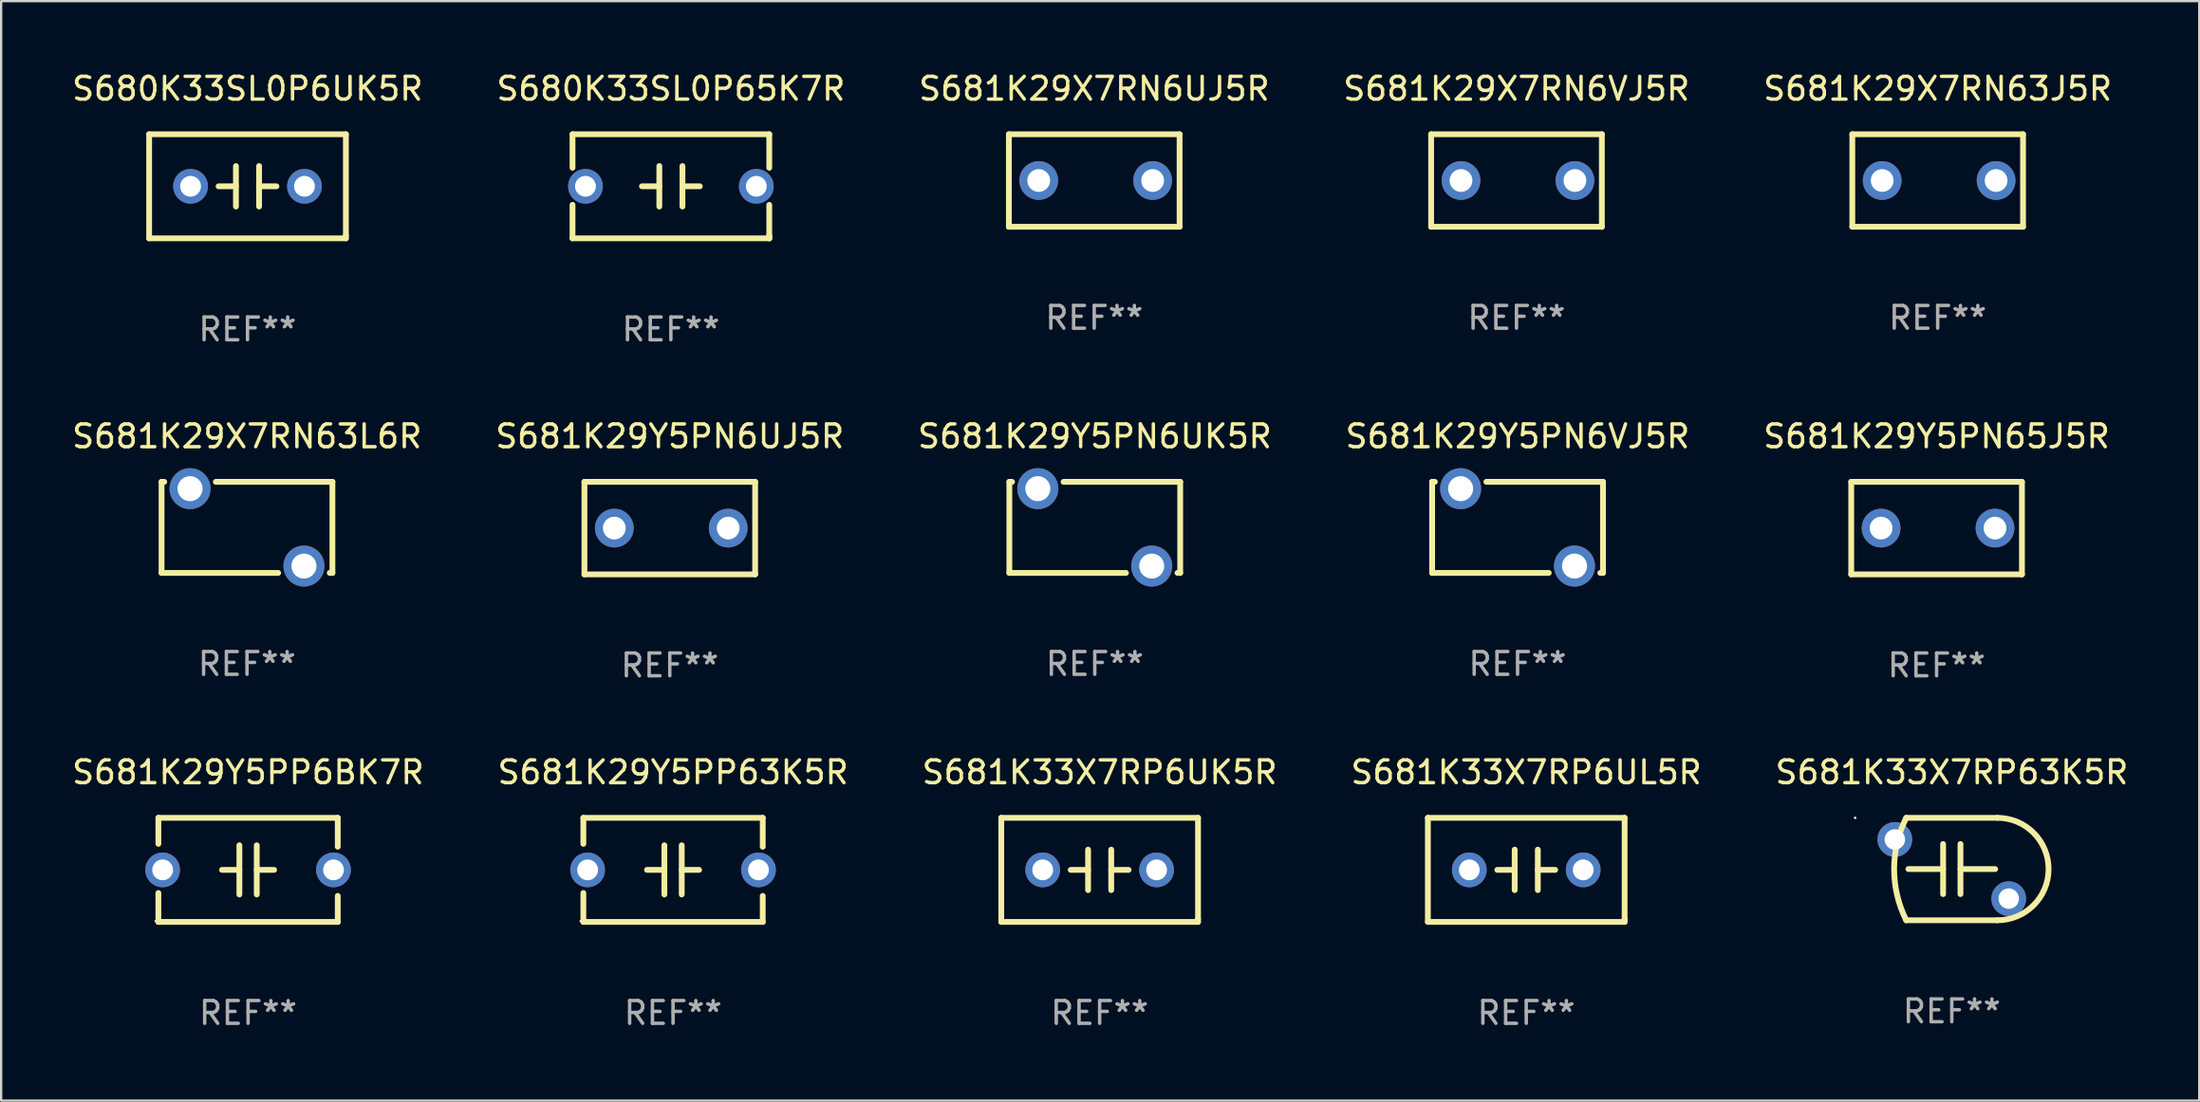
<source format=kicad_pcb>
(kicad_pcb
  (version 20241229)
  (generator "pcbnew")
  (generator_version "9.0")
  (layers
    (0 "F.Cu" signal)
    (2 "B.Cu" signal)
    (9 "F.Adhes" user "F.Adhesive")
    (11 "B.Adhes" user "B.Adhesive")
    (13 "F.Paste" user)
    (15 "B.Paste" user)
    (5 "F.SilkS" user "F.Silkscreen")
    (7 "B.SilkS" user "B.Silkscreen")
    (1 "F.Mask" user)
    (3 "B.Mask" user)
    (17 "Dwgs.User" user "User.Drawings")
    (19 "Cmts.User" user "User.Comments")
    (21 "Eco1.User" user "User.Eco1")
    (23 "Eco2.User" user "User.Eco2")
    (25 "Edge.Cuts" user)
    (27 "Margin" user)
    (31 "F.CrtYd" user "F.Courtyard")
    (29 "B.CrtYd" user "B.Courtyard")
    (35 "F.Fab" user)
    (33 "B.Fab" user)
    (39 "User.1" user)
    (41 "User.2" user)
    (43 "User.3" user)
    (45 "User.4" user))
  (footprint "S681K29X7RN63L6R"
    (layer "F.Cu")
    (at 7.792 20.117)
    (property "Reference" "S681K29X7RN63L6R" (at 0 -4 0) (layer "F.SilkS") (effects (font (size 1 1) (thickness 0.15))))
    (attr through_hole)
    (fp_line (start -3.75 -2) (end -3.631 -2) (stroke (width 0.254) (type solid)) (layer "F.SilkS"))
    (fp_line (start -3.75 2) (end -3.75 -2) (stroke (width 0.254) (type solid)) (layer "F.SilkS"))
    (fp_line (start -1.369 -2) (end 3.75 -2) (stroke (width 0.254) (type solid)) (layer "F.SilkS"))
    (fp_line (start 1.369 2) (end -3.75 2) (stroke (width 0.254) (type solid)) (layer "F.SilkS"))
    (fp_line (start 3.75 -2) (end 3.75 2) (stroke (width 0.254) (type solid)) (layer "F.SilkS"))
    (fp_line (start 3.75 2) (end 3.631 2) (stroke (width 0.254) (type solid)) (layer "F.SilkS"))
    (fp_circle (center -3.75 -2) (end -3.72 -2) (stroke (width 0.06) (type solid)) (fill no) (layer "F.SilkS"))
    (fp_text user "REF**" (at 0 6 0) (layer "F.Fab") (effects (font (size 1 1) (thickness 0.15))))
    (pad "1" thru_hole circle (at -2.5 -1.7) (size 1.8 1.8) (drill 1.1) (layers "*.Cu" "*.Mask"))
    (pad "2" thru_hole circle (at 2.5 1.7) (size 1.8 1.8) (drill 1.1) (layers "*.Cu" "*.Mask")))
  (footprint "S681K29Y5PN6UJ5R"
    (layer "F.Cu")
    (at 26.351 20.149)
    (property "Reference" "S681K29Y5PN6UJ5R" (at 0 -4.032 0) (layer "F.SilkS") (effects (font (size 1 1) (thickness 0.15))))
    (attr through_hole)
    (fp_line (start -3.747 -2.032) (end -3.747 2.032) (stroke (width 0.254) (type solid)) (layer "F.SilkS"))
    (fp_line (start -3.747 2.032) (end 3.747 2.032) (stroke (width 0.254) (type solid)) (layer "F.SilkS"))
    (fp_line (start 3.747 -2.032) (end -3.747 -2.032) (stroke (width 0.254) (type solid)) (layer "F.SilkS"))
    (fp_line (start 3.747 2.032) (end 3.747 -2.032) (stroke (width 0.254) (type solid)) (layer "F.SilkS"))
    (fp_circle (center -3.687 2) (end -3.657 2) (stroke (width 0.06) (type solid)) (fill no) (layer "F.SilkS"))
    (fp_text user "REF**" (at 0 6.032 0) (layer "F.Fab") (effects (font (size 1 1) (thickness 0.15))))
    (pad "1" thru_hole circle (at -2.436 0) (size 1.7 1.7) (drill 1) (layers "*.Cu" "*.Mask"))
    (pad "2" thru_hole circle (at 2.564 0) (size 1.7 1.7) (drill 1) (layers "*.Cu" "*.Mask")))
  (footprint "S681K29Y5PP6BK7R"
    (layer "F.Cu")
    (at 7.839 35.163)
    (property "Reference" "S681K29Y5PP6BK7R" (at 0 -4.286 0) (layer "F.SilkS") (effects (font (size 1 1) (thickness 0.15))))
    (attr through_hole)
    (fp_line (start -3.937 -2.286) (end 3.937 -2.286) (stroke (width 0.254) (type solid)) (layer "F.SilkS"))
    (fp_line (start -3.937 -1.143) (end -3.937 -2.286) (stroke (width 0.254) (type solid)) (layer "F.SilkS"))
    (fp_line (start -3.937 2.286) (end -3.937 1.016) (stroke (width 0.254) (type solid)) (layer "F.SilkS"))
    (fp_line (start -0.381 -0.000025) (end -1.143 -0.000025) (stroke (width 0.254) (type solid)) (layer "F.SilkS"))
    (fp_line (start -0.381 1.08) (end -0.381 -1.08) (stroke (width 0.254) (type solid)) (layer "F.SilkS"))
    (fp_line (start 0.381 -1.08) (end 0.381 1.08) (stroke (width 0.254) (type solid)) (layer "F.SilkS"))
    (fp_line (start 0.381 0.000025) (end 1.143 0.000025) (stroke (width 0.254) (type solid)) (layer "F.SilkS"))
    (fp_line (start 3.937 -2.286) (end 3.937 -1.016) (stroke (width 0.254) (type solid)) (layer "F.SilkS"))
    (fp_line (start 3.937 1.143) (end 3.937 2.286) (stroke (width 0.254) (type solid)) (layer "F.SilkS"))
    (fp_line (start 3.937 2.286) (end -3.937 2.286) (stroke (width 0.254) (type solid)) (layer "F.SilkS"))
    (fp_circle (center -4.05 2.25) (end -4.02 2.25) (stroke (width 0.06) (type solid)) (fill no) (layer "F.SilkS"))
    (fp_text user "REF**" (at 0 6.286 0) (layer "F.Fab") (effects (font (size 1 1) (thickness 0.15))))
    (pad "1" thru_hole circle (at -3.75 0) (size 1.524 1.524) (drill 0.914) (layers "*.Cu" "*.Mask"))
    (pad "2" thru_hole circle (at 3.75 0) (size 1.524 1.524) (drill 0.914) (layers "*.Cu" "*.Mask")))
  (footprint "S681K29X7RN6UJ5R"
    (layer "F.Cu")
    (at 44.982 4.88)
    (property "Reference" "S681K29X7RN6UJ5R" (at 0 -4.032 0) (layer "F.SilkS") (effects (font (size 1 1) (thickness 0.15))))
    (attr through_hole)
    (fp_line (start -3.747 -2.032) (end -3.747 2.032) (stroke (width 0.254) (type solid)) (layer "F.SilkS"))
    (fp_line (start -3.747 2.032) (end 3.747 2.032) (stroke (width 0.254) (type solid)) (layer "F.SilkS"))
    (fp_line (start 3.747 -2.032) (end -3.747 -2.032) (stroke (width 0.254) (type solid)) (layer "F.SilkS"))
    (fp_line (start 3.747 2.032) (end 3.747 -2.032) (stroke (width 0.254) (type solid)) (layer "F.SilkS"))
    (fp_circle (center -3.687 2) (end -3.657 2) (stroke (width 0.06) (type solid)) (fill no) (layer "F.SilkS"))
    (fp_text user "REF**" (at 0 6.032 0) (layer "F.Fab") (effects (font (size 1 1) (thickness 0.15))))
    (pad "1" thru_hole circle (at -2.436 0) (size 1.7 1.7) (drill 1) (layers "*.Cu" "*.Mask"))
    (pad "2" thru_hole circle (at 2.564 0) (size 1.7 1.7) (drill 1) (layers "*.Cu" "*.Mask")))
  (footprint "S681K29Y5PN6UK5R"
    (layer "F.Cu")
    (at 45.006 20.117)
    (property "Reference" "S681K29Y5PN6UK5R" (at 0 -4 0) (layer "F.SilkS") (effects (font (size 1 1) (thickness 0.15))))
    (attr through_hole)
    (fp_line (start -3.75 -2) (end -3.631 -2) (stroke (width 0.254) (type solid)) (layer "F.SilkS"))
    (fp_line (start -3.75 2) (end -3.75 -2) (stroke (width 0.254) (type solid)) (layer "F.SilkS"))
    (fp_line (start -1.369 -2) (end 3.75 -2) (stroke (width 0.254) (type solid)) (layer "F.SilkS"))
    (fp_line (start 1.369 2) (end -3.75 2) (stroke (width 0.254) (type solid)) (layer "F.SilkS"))
    (fp_line (start 3.75 -2) (end 3.75 2) (stroke (width 0.254) (type solid)) (layer "F.SilkS"))
    (fp_line (start 3.75 2) (end 3.631 2) (stroke (width 0.254) (type solid)) (layer "F.SilkS"))
    (fp_circle (center -3.75 -2) (end -3.72 -2) (stroke (width 0.06) (type solid)) (fill no) (layer "F.SilkS"))
    (fp_text user "REF**" (at 0 6 0) (layer "F.Fab") (effects (font (size 1 1) (thickness 0.15))))
    (pad "1" thru_hole circle (at -2.5 -1.7) (size 1.8 1.8) (drill 1.1) (layers "*.Cu" "*.Mask"))
    (pad "2" thru_hole circle (at 2.5 1.7) (size 1.8 1.8) (drill 1.1) (layers "*.Cu" "*.Mask")))
  (footprint "S681K33X7RP6UK5R"
    (layer "F.Cu")
    (at 45.22 35.163)
    (property "Reference" "S681K33X7RP6UK5R" (at 0 -4.286 0) (layer "F.SilkS") (effects (font (size 1 1) (thickness 0.15))))
    (attr through_hole)
    (fp_line (start -4.318 -2.286) (end 4.318 -2.286) (stroke (width 0.254) (type solid)) (layer "F.SilkS"))
    (fp_line (start -4.318 2.286) (end -4.318 -2.286) (stroke (width 0.254) (type solid)) (layer "F.SilkS"))
    (fp_line (start -0.508 0) (end -1.27 0) (stroke (width 0.254) (type solid)) (layer "F.SilkS"))
    (fp_line (start -0.508 0.889) (end -0.508 -0.889) (stroke (width 0.254) (type solid)) (layer "F.SilkS"))
    (fp_line (start 0.508 -0.889) (end 0.508 0.889) (stroke (width 0.254) (type solid)) (layer "F.SilkS"))
    (fp_line (start 0.508 0) (end 1.27 0) (stroke (width 0.254) (type solid)) (layer "F.SilkS"))
    (fp_line (start 4.318 -2.286) (end 4.318 2.159) (stroke (width 0.254) (type solid)) (layer "F.SilkS"))
    (fp_line (start 4.318 2.286) (end -4.318 2.286) (stroke (width 0.254) (type solid)) (layer "F.SilkS"))
    (fp_line (start 4.318 2.286) (end 4.318 2.159) (stroke (width 0.254) (type solid)) (layer "F.SilkS"))
    (fp_circle (center -4.25 2.25) (end -4.22 2.25) (stroke (width 0.06) (type solid)) (fill no) (layer "F.SilkS"))
    (fp_text user "REF**" (at 0 6.286 0) (layer "F.Fab") (effects (font (size 1 1) (thickness 0.15))))
    (pad "1" thru_hole circle (at -2.5 0) (size 1.524 1.524) (drill 0.914) (layers "*.Cu" "*.Mask"))
    (pad "2" thru_hole circle (at 2.5 0) (size 1.524 1.524) (drill 0.914) (layers "*.Cu" "*.Mask")))
  (footprint "S681K29X7RN6VJ5R"
    (layer "F.Cu")
    (at 63.518 4.88)
    (property "Reference" "S681K29X7RN6VJ5R" (at 0 -4.032 0) (layer "F.SilkS") (effects (font (size 1 1) (thickness 0.15))))
    (attr through_hole)
    (fp_line (start -3.747 -2.032) (end -3.747 2.032) (stroke (width 0.254) (type solid)) (layer "F.SilkS"))
    (fp_line (start -3.747 2.032) (end 3.747 2.032) (stroke (width 0.254) (type solid)) (layer "F.SilkS"))
    (fp_line (start 3.747 -2.032) (end -3.747 -2.032) (stroke (width 0.254) (type solid)) (layer "F.SilkS"))
    (fp_line (start 3.747 2.032) (end 3.747 -2.032) (stroke (width 0.254) (type solid)) (layer "F.SilkS"))
    (fp_circle (center -3.687 2) (end -3.657 2) (stroke (width 0.06) (type solid)) (fill no) (layer "F.SilkS"))
    (fp_text user "REF**" (at 0 6.032 0) (layer "F.Fab") (effects (font (size 1 1) (thickness 0.15))))
    (pad "1" thru_hole circle (at -2.436 0) (size 1.7 1.7) (drill 1) (layers "*.Cu" "*.Mask"))
    (pad "2" thru_hole circle (at 2.564 0) (size 1.7 1.7) (drill 1) (layers "*.Cu" "*.Mask")))
  (footprint "S681K29Y5PP63K5R"
    (layer "F.Cu")
    (at 26.494 35.163)
    (property "Reference" "S681K29Y5PP63K5R" (at 0 -4.286 0) (layer "F.SilkS") (effects (font (size 1 1) (thickness 0.15))))
    (attr through_hole)
    (fp_line (start -3.937 -2.286) (end 3.937 -2.286) (stroke (width 0.254) (type solid)) (layer "F.SilkS"))
    (fp_line (start -3.937 -1.143) (end -3.937 -2.286) (stroke (width 0.254) (type solid)) (layer "F.SilkS"))
    (fp_line (start -3.937 2.286) (end -3.937 1.016) (stroke (width 0.254) (type solid)) (layer "F.SilkS"))
    (fp_line (start -0.381 -0.000025) (end -1.143 -0.000025) (stroke (width 0.254) (type solid)) (layer "F.SilkS"))
    (fp_line (start -0.381 1.08) (end -0.381 -1.08) (stroke (width 0.254) (type solid)) (layer "F.SilkS"))
    (fp_line (start 0.381 -1.08) (end 0.381 1.08) (stroke (width 0.254) (type solid)) (layer "F.SilkS"))
    (fp_line (start 0.381 0.000025) (end 1.143 0.000025) (stroke (width 0.254) (type solid)) (layer "F.SilkS"))
    (fp_line (start 3.937 -2.286) (end 3.937 -1.016) (stroke (width 0.254) (type solid)) (layer "F.SilkS"))
    (fp_line (start 3.937 1.143) (end 3.937 2.286) (stroke (width 0.254) (type solid)) (layer "F.SilkS"))
    (fp_line (start 3.937 2.286) (end -3.937 2.286) (stroke (width 0.254) (type solid)) (layer "F.SilkS"))
    (fp_circle (center -4.05 2.25) (end -4.02 2.25) (stroke (width 0.06) (type solid)) (fill no) (layer "F.SilkS"))
    (fp_text user "REF**" (at 0 6.286 0) (layer "F.Fab") (effects (font (size 1 1) (thickness 0.15))))
    (pad "1" thru_hole circle (at -3.75 0) (size 1.524 1.524) (drill 0.914) (layers "*.Cu" "*.Mask"))
    (pad "2" thru_hole circle (at 3.75 0) (size 1.524 1.524) (drill 0.914) (layers "*.Cu" "*.Mask")))
  (footprint "S681K29Y5PN6VJ5R"
    (layer "F.Cu")
    (at 63.565 20.117)
    (property "Reference" "S681K29Y5PN6VJ5R" (at 0 -4 0) (layer "F.SilkS") (effects (font (size 1 1) (thickness 0.15))))
    (attr through_hole)
    (fp_line (start -3.75 -2) (end -3.631 -2) (stroke (width 0.254) (type solid)) (layer "F.SilkS"))
    (fp_line (start -3.75 2) (end -3.75 -2) (stroke (width 0.254) (type solid)) (layer "F.SilkS"))
    (fp_line (start -1.369 -2) (end 3.75 -2) (stroke (width 0.254) (type solid)) (layer "F.SilkS"))
    (fp_line (start 1.369 2) (end -3.75 2) (stroke (width 0.254) (type solid)) (layer "F.SilkS"))
    (fp_line (start 3.75 -2) (end 3.75 2) (stroke (width 0.254) (type solid)) (layer "F.SilkS"))
    (fp_line (start 3.75 2) (end 3.631 2) (stroke (width 0.254) (type solid)) (layer "F.SilkS"))
    (fp_circle (center -3.75 -2) (end -3.72 -2) (stroke (width 0.06) (type solid)) (fill no) (layer "F.SilkS"))
    (fp_text user "REF**" (at 0 6 0) (layer "F.Fab") (effects (font (size 1 1) (thickness 0.15))))
    (pad "1" thru_hole circle (at -2.5 -1.7) (size 1.8 1.8) (drill 1.1) (layers "*.Cu" "*.Mask"))
    (pad "2" thru_hole circle (at 2.5 1.7) (size 1.8 1.8) (drill 1.1) (layers "*.Cu" "*.Mask")))
  (footprint "S681K29Y5PN65J5R"
    (layer "F.Cu")
    (at 81.958 20.149)
    (property "Reference" "S681K29Y5PN65J5R" (at 0 -4.032 0) (layer "F.SilkS") (effects (font (size 1 1) (thickness 0.15))))
    (attr through_hole)
    (fp_line (start -3.747 -2.032) (end -3.747 2.032) (stroke (width 0.254) (type solid)) (layer "F.SilkS"))
    (fp_line (start -3.747 2.032) (end 3.747 2.032) (stroke (width 0.254) (type solid)) (layer "F.SilkS"))
    (fp_line (start 3.747 -2.032) (end -3.747 -2.032) (stroke (width 0.254) (type solid)) (layer "F.SilkS"))
    (fp_line (start 3.747 2.032) (end 3.747 -2.032) (stroke (width 0.254) (type solid)) (layer "F.SilkS"))
    (fp_circle (center -3.687 2) (end -3.657 2) (stroke (width 0.06) (type solid)) (fill no) (layer "F.SilkS"))
    (fp_text user "REF**" (at 0 6.032 0) (layer "F.Fab") (effects (font (size 1 1) (thickness 0.15))))
    (pad "1" thru_hole circle (at -2.436 0) (size 1.7 1.7) (drill 1) (layers "*.Cu" "*.Mask"))
    (pad "2" thru_hole circle (at 2.564 0) (size 1.7 1.7) (drill 1) (layers "*.Cu" "*.Mask")))
  (footprint "S681K33X7RP6UL5R"
    (layer "F.Cu")
    (at 63.946 35.163)
    (property "Reference" "S681K33X7RP6UL5R" (at 0 -4.286 0) (layer "F.SilkS") (effects (font (size 1 1) (thickness 0.15))))
    (attr through_hole)
    (fp_line (start -4.318 -2.286) (end 4.318 -2.286) (stroke (width 0.254) (type solid)) (layer "F.SilkS"))
    (fp_line (start -4.318 2.286) (end -4.318 -2.286) (stroke (width 0.254) (type solid)) (layer "F.SilkS"))
    (fp_line (start -0.508 0) (end -1.27 0) (stroke (width 0.254) (type solid)) (layer "F.SilkS"))
    (fp_line (start -0.508 0.889) (end -0.508 -0.889) (stroke (width 0.254) (type solid)) (layer "F.SilkS"))
    (fp_line (start 0.508 -0.889) (end 0.508 0.889) (stroke (width 0.254) (type solid)) (layer "F.SilkS"))
    (fp_line (start 0.508 0) (end 1.27 0) (stroke (width 0.254) (type solid)) (layer "F.SilkS"))
    (fp_line (start 4.318 -2.286) (end 4.318 2.159) (stroke (width 0.254) (type solid)) (layer "F.SilkS"))
    (fp_line (start 4.318 2.286) (end -4.318 2.286) (stroke (width 0.254) (type solid)) (layer "F.SilkS"))
    (fp_line (start 4.318 2.286) (end 4.318 2.159) (stroke (width 0.254) (type solid)) (layer "F.SilkS"))
    (fp_circle (center -4.25 2.25) (end -4.22 2.25) (stroke (width 0.06) (type solid)) (fill no) (layer "F.SilkS"))
    (fp_text user "REF**" (at 0 6.286 0) (layer "F.Fab") (effects (font (size 1 1) (thickness 0.15))))
    (pad "1" thru_hole circle (at -2.5 0) (size 1.524 1.524) (drill 0.914) (layers "*.Cu" "*.Mask"))
    (pad "2" thru_hole circle (at 2.5 0) (size 1.524 1.524) (drill 0.914) (layers "*.Cu" "*.Mask")))
  (footprint "S680K33SL0P6UK5R"
    (layer "F.Cu")
    (at 7.815 5.134)
    (property "Reference" "S680K33SL0P6UK5R" (at 0 -4.286 0) (layer "F.SilkS") (effects (font (size 1 1) (thickness 0.15))))
    (attr through_hole)
    (fp_line (start -4.318 -2.286) (end 4.318 -2.286) (stroke (width 0.254) (type solid)) (layer "F.SilkS"))
    (fp_line (start -4.318 2.286) (end -4.318 -2.286) (stroke (width 0.254) (type solid)) (layer "F.SilkS"))
    (fp_line (start -0.508 0) (end -1.27 0) (stroke (width 0.254) (type solid)) (layer "F.SilkS"))
    (fp_line (start -0.508 0.889) (end -0.508 -0.889) (stroke (width 0.254) (type solid)) (layer "F.SilkS"))
    (fp_line (start 0.508 -0.889) (end 0.508 0.889) (stroke (width 0.254) (type solid)) (layer "F.SilkS"))
    (fp_line (start 0.508 0) (end 1.27 0) (stroke (width 0.254) (type solid)) (layer "F.SilkS"))
    (fp_line (start 4.318 -2.286) (end 4.318 2.159) (stroke (width 0.254) (type solid)) (layer "F.SilkS"))
    (fp_line (start 4.318 2.286) (end -4.318 2.286) (stroke (width 0.254) (type solid)) (layer "F.SilkS"))
    (fp_line (start 4.318 2.286) (end 4.318 2.159) (stroke (width 0.254) (type solid)) (layer "F.SilkS"))
    (fp_circle (center -4.25 2.25) (end -4.22 2.25) (stroke (width 0.06) (type solid)) (fill no) (layer "F.SilkS"))
    (fp_text user "REF**" (at 0 6.286 0) (layer "F.Fab") (effects (font (size 1 1) (thickness 0.15))))
    (pad "1" thru_hole circle (at -2.5 0) (size 1.524 1.524) (drill 0.914) (layers "*.Cu" "*.Mask"))
    (pad "2" thru_hole circle (at 2.5 0) (size 1.524 1.524) (drill 0.914) (layers "*.Cu" "*.Mask")))
  (footprint "S681K33X7RP63K5R"
    (layer "F.Cu")
    (at 82.625 35.127)
    (property "Reference" "S681K33X7RP63K5R" (at 0 -4.25 0) (layer "F.SilkS") (effects (font (size 1 1) (thickness 0.15))))
    (attr through_hole)
    (fp_line (start -2 -2.25) (end 2 -2.25) (stroke (width 0.254) (type solid)) (layer "F.SilkS"))
    (fp_line (start -0.383 0) (end -1.905 0) (stroke (width 0.254) (type solid)) (layer "F.SilkS"))
    (fp_line (start -0.381 -1.1) (end -0.381 1.1) (stroke (width 0.254) (type solid)) (layer "F.SilkS"))
    (fp_line (start 0.381 1.1) (end 0.381 -1.1) (stroke (width 0.254) (type solid)) (layer "F.SilkS"))
    (fp_line (start 0.383 0) (end 1.905 0) (stroke (width 0.254) (type solid)) (layer "F.SilkS"))
    (fp_line (start 2 2.25) (end -2 2.25) (stroke (width 0.254) (type solid)) (layer "F.SilkS"))
    (fp_arc (start -1.999112 2.250444) (mid -2.530664 0.000335) (end -2.000127 -2.250013) (stroke (width 0.254001) (type solid)) (layer "F.SilkS"))
    (fp_arc (start 1.998858 -2.250445) (mid 4.249099 -0.000723) (end 1.999873 2.250013) (stroke (width 0.254001) (type solid)) (layer "F.SilkS"))
    (fp_circle (center -4.242 -2.25) (end -4.212 -2.25) (stroke (width 0.06) (type solid)) (fill no) (layer "F.SilkS"))
    (fp_text user "REF**" (at 0 6.25 0) (layer "F.Fab") (effects (font (size 1 1) (thickness 0.15))))
    (pad "1" thru_hole circle (at -2.5 -1.3) (size 1.524 1.524) (drill 0.9) (layers "*.Cu" "*.Mask"))
    (pad "2" thru_hole circle (at 2.5 1.3) (size 1.524 1.524) (drill 0.9) (layers "*.Cu" "*.Mask")))
  (footprint "S680K33SL0P65K7R"
    (layer "F.Cu")
    (at 26.399 5.134)
    (property "Reference" "S680K33SL0P65K7R" (at 0 -4.286 0) (layer "F.SilkS") (effects (font (size 1 1) (thickness 0.15))))
    (attr through_hole)
    (fp_line (start -4.318 -2.286) (end -4.318 -0.814) (stroke (width 0.254) (type solid)) (layer "F.SilkS"))
    (fp_line (start -4.318 -2.286) (end 4.318 -2.286) (stroke (width 0.254) (type solid)) (layer "F.SilkS"))
    (fp_line (start -4.318 0.814) (end -4.318 2.286) (stroke (width 0.254) (type solid)) (layer "F.SilkS"))
    (fp_line (start -0.508 0) (end -1.27 0) (stroke (width 0.254) (type solid)) (layer "F.SilkS"))
    (fp_line (start -0.508 0.889) (end -0.508 -0.889) (stroke (width 0.254) (type solid)) (layer "F.SilkS"))
    (fp_line (start 0.508 -0.889) (end 0.508 0.889) (stroke (width 0.254) (type solid)) (layer "F.SilkS"))
    (fp_line (start 0.508 0) (end 1.27 0) (stroke (width 0.254) (type solid)) (layer "F.SilkS"))
    (fp_line (start 4.318 -2.286) (end 4.318 -0.814) (stroke (width 0.254) (type solid)) (layer "F.SilkS"))
    (fp_line (start 4.318 0.814) (end 4.318 2.286) (stroke (width 0.254) (type solid)) (layer "F.SilkS"))
    (fp_line (start 4.318 2.286) (end -4.318 2.286) (stroke (width 0.254) (type solid)) (layer "F.SilkS"))
    (fp_line (start 4.318 2.286) (end 4.318 2.159) (stroke (width 0.254) (type solid)) (layer "F.SilkS"))
    (fp_circle (center -4.25 2.25) (end -4.22 2.25) (stroke (width 0.06) (type solid)) (fill no) (layer "F.SilkS"))
    (fp_text user "REF**" (at 0 6.286 0) (layer "F.Fab") (effects (font (size 1 1) (thickness 0.15))))
    (pad "1" thru_hole circle (at -3.75 0) (size 1.524 1.524) (drill 0.914) (layers "*.Cu" "*.Mask"))
    (pad "2" thru_hole circle (at 3.75 0) (size 1.524 1.524) (drill 0.914) (layers "*.Cu" "*.Mask")))
  (footprint "S681K29X7RN63J5R"
    (layer "F.Cu")
    (at 82.006 4.88)
    (property "Reference" "S681K29X7RN63J5R" (at 0 -4.032 0) (layer "F.SilkS") (effects (font (size 1 1) (thickness 0.15))))
    (attr through_hole)
    (fp_line (start -3.747 -2.032) (end -3.747 2.032) (stroke (width 0.254) (type solid)) (layer "F.SilkS"))
    (fp_line (start -3.747 2.032) (end 3.747 2.032) (stroke (width 0.254) (type solid)) (layer "F.SilkS"))
    (fp_line (start 3.747 -2.032) (end -3.747 -2.032) (stroke (width 0.254) (type solid)) (layer "F.SilkS"))
    (fp_line (start 3.747 2.032) (end 3.747 -2.032) (stroke (width 0.254) (type solid)) (layer "F.SilkS"))
    (fp_circle (center -3.687 2) (end -3.657 2) (stroke (width 0.06) (type solid)) (fill no) (layer "F.SilkS"))
    (fp_text user "REF**" (at 0 6.032 0) (layer "F.Fab") (effects (font (size 1 1) (thickness 0.15))))
    (pad "1" thru_hole circle (at -2.436 0) (size 1.7 1.7) (drill 1) (layers "*.Cu" "*.Mask"))
    (pad "2" thru_hole circle (at 2.564 0) (size 1.7 1.7) (drill 1) (layers "*.Cu" "*.Mask")))
  (gr_rect
    (start -3 -3)
    (end 93.488 45.298)
    (stroke (width 0.1) (type default))
    (fill no)
    (layer "Edge.Cuts")))
</source>
